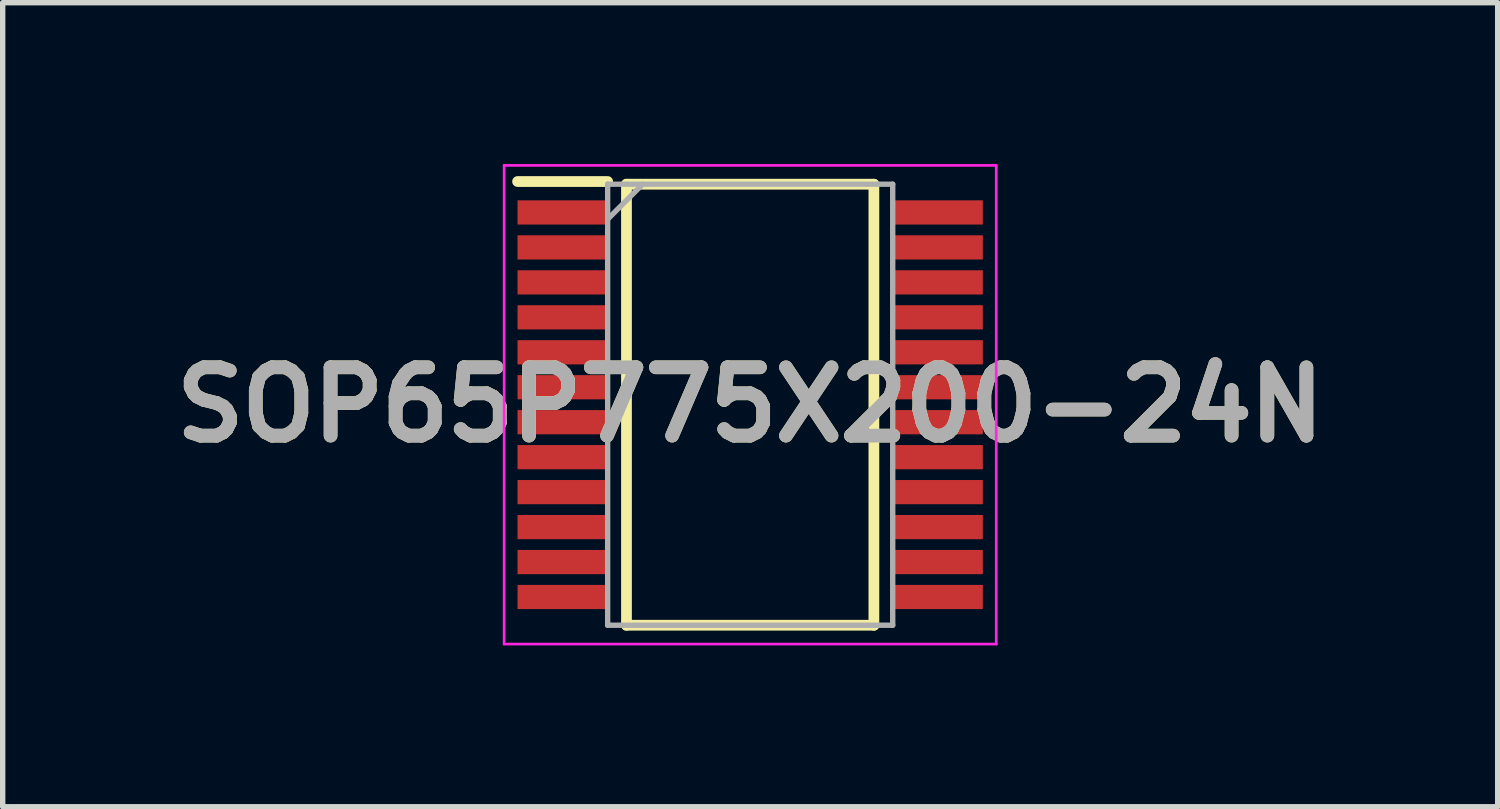
<source format=kicad_pcb>
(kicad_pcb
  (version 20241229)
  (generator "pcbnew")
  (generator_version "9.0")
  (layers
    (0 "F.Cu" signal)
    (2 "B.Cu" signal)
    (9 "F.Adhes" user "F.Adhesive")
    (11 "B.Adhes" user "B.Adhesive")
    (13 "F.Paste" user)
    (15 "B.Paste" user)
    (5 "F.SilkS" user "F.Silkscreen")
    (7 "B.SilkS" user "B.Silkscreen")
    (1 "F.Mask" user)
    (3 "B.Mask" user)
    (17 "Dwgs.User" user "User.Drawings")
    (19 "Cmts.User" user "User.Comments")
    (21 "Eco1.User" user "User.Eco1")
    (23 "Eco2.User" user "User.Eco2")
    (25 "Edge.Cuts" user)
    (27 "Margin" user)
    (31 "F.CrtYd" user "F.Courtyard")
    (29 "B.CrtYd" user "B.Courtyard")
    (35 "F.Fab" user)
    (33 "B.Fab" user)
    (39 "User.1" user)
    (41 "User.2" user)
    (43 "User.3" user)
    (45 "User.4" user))
  (footprint "SOP65P775X200-24N"
    (layer "F.Cu")
    (at 10.898 4.475)
    (property "Reference" "SOP65P775X200-24N" (at 0 0 0) (layer "F.SilkS") (effects (font (size 1.27 1.27) (thickness 0.254))))
    (attr smd)
    (fp_line (start -4.325 -4.15) (end -2.65 -4.15) (stroke (width 0.2) (type solid)) (layer "F.SilkS"))
    (fp_line (start -2.3 -4.1) (end 2.3 -4.1) (stroke (width 0.2) (type solid)) (layer "F.SilkS"))
    (fp_line (start -2.3 4.1) (end -2.3 -4.1) (stroke (width 0.2) (type solid)) (layer "F.SilkS"))
    (fp_line (start 2.3 -4.1) (end 2.3 4.1) (stroke (width 0.2) (type solid)) (layer "F.SilkS"))
    (fp_line (start 2.3 4.1) (end -2.3 4.1) (stroke (width 0.2) (type solid)) (layer "F.SilkS"))
    (fp_line (start -4.575 -4.45) (end 4.575 -4.45) (stroke (width 0.05) (type solid)) (layer "F.CrtYd"))
    (fp_line (start -4.575 4.45) (end -4.575 -4.45) (stroke (width 0.05) (type solid)) (layer "F.CrtYd"))
    (fp_line (start 4.575 -4.45) (end 4.575 4.45) (stroke (width 0.05) (type solid)) (layer "F.CrtYd"))
    (fp_line (start 4.575 4.45) (end -4.575 4.45) (stroke (width 0.05) (type solid)) (layer "F.CrtYd"))
    (fp_line (start -2.65 -4.1) (end 2.65 -4.1) (stroke (width 0.1) (type solid)) (layer "F.Fab"))
    (fp_line (start -2.65 -3.45) (end -2 -4.1) (stroke (width 0.1) (type solid)) (layer "F.Fab"))
    (fp_line (start -2.65 4.1) (end -2.65 -4.1) (stroke (width 0.1) (type solid)) (layer "F.Fab"))
    (fp_line (start 2.65 -4.1) (end 2.65 4.1) (stroke (width 0.1) (type solid)) (layer "F.Fab"))
    (fp_line (start 2.65 4.1) (end -2.65 4.1) (stroke (width 0.1) (type solid)) (layer "F.Fab"))
    (fp_text user "${REFERENCE}" (at 0 0 0) (layer "F.Fab") (effects (font (size 1.27 1.27) (thickness 0.254))))
    (pad "1" smd rect (at -3.488 -3.575 90) (size 0.45 1.675) (layers "F.Cu" "F.Mask" "F.Paste"))
    (pad "2" smd rect (at -3.488 -2.925 90) (size 0.45 1.675) (layers "F.Cu" "F.Mask" "F.Paste"))
    (pad "3" smd rect (at -3.488 -2.275 90) (size 0.45 1.675) (layers "F.Cu" "F.Mask" "F.Paste"))
    (pad "4" smd rect (at -3.488 -1.625 90) (size 0.45 1.675) (layers "F.Cu" "F.Mask" "F.Paste"))
    (pad "5" smd rect (at -3.488 -0.975 90) (size 0.45 1.675) (layers "F.Cu" "F.Mask" "F.Paste"))
    (pad "6" smd rect (at -3.488 -0.325 90) (size 0.45 1.675) (layers "F.Cu" "F.Mask" "F.Paste"))
    (pad "7" smd rect (at -3.488 0.325 90) (size 0.45 1.675) (layers "F.Cu" "F.Mask" "F.Paste"))
    (pad "8" smd rect (at -3.488 0.975 90) (size 0.45 1.675) (layers "F.Cu" "F.Mask" "F.Paste"))
    (pad "9" smd rect (at -3.488 1.625 90) (size 0.45 1.675) (layers "F.Cu" "F.Mask" "F.Paste"))
    (pad "10" smd rect (at -3.488 2.275 90) (size 0.45 1.675) (layers "F.Cu" "F.Mask" "F.Paste"))
    (pad "11" smd rect (at -3.488 2.925 90) (size 0.45 1.675) (layers "F.Cu" "F.Mask" "F.Paste"))
    (pad "12" smd rect (at -3.488 3.575 90) (size 0.45 1.675) (layers "F.Cu" "F.Mask" "F.Paste"))
    (pad "13" smd rect (at 3.488 3.575 90) (size 0.45 1.675) (layers "F.Cu" "F.Mask" "F.Paste"))
    (pad "14" smd rect (at 3.488 2.925 90) (size 0.45 1.675) (layers "F.Cu" "F.Mask" "F.Paste"))
    (pad "15" smd rect (at 3.488 2.275 90) (size 0.45 1.675) (layers "F.Cu" "F.Mask" "F.Paste"))
    (pad "16" smd rect (at 3.488 1.625 90) (size 0.45 1.675) (layers "F.Cu" "F.Mask" "F.Paste"))
    (pad "17" smd rect (at 3.488 0.975 90) (size 0.45 1.675) (layers "F.Cu" "F.Mask" "F.Paste"))
    (pad "18" smd rect (at 3.488 0.325 90) (size 0.45 1.675) (layers "F.Cu" "F.Mask" "F.Paste"))
    (pad "19" smd rect (at 3.488 -0.325 90) (size 0.45 1.675) (layers "F.Cu" "F.Mask" "F.Paste"))
    (pad "20" smd rect (at 3.488 -0.975 90) (size 0.45 1.675) (layers "F.Cu" "F.Mask" "F.Paste"))
    (pad "21" smd rect (at 3.488 -1.625 90) (size 0.45 1.675) (layers "F.Cu" "F.Mask" "F.Paste"))
    (pad "22" smd rect (at 3.488 -2.275 90) (size 0.45 1.675) (layers "F.Cu" "F.Mask" "F.Paste"))
    (pad "23" smd rect (at 3.488 -2.925 90) (size 0.45 1.675) (layers "F.Cu" "F.Mask" "F.Paste"))
    (pad "24" smd rect (at 3.488 -3.575 90) (size 0.45 1.675) (layers "F.Cu" "F.Mask" "F.Paste")))
  (gr_rect
    (start -3 -3)
    (end 24.796 11.95)
    (stroke (width 0.1) (type default))
    (fill no)
    (layer "Edge.Cuts")))
</source>
